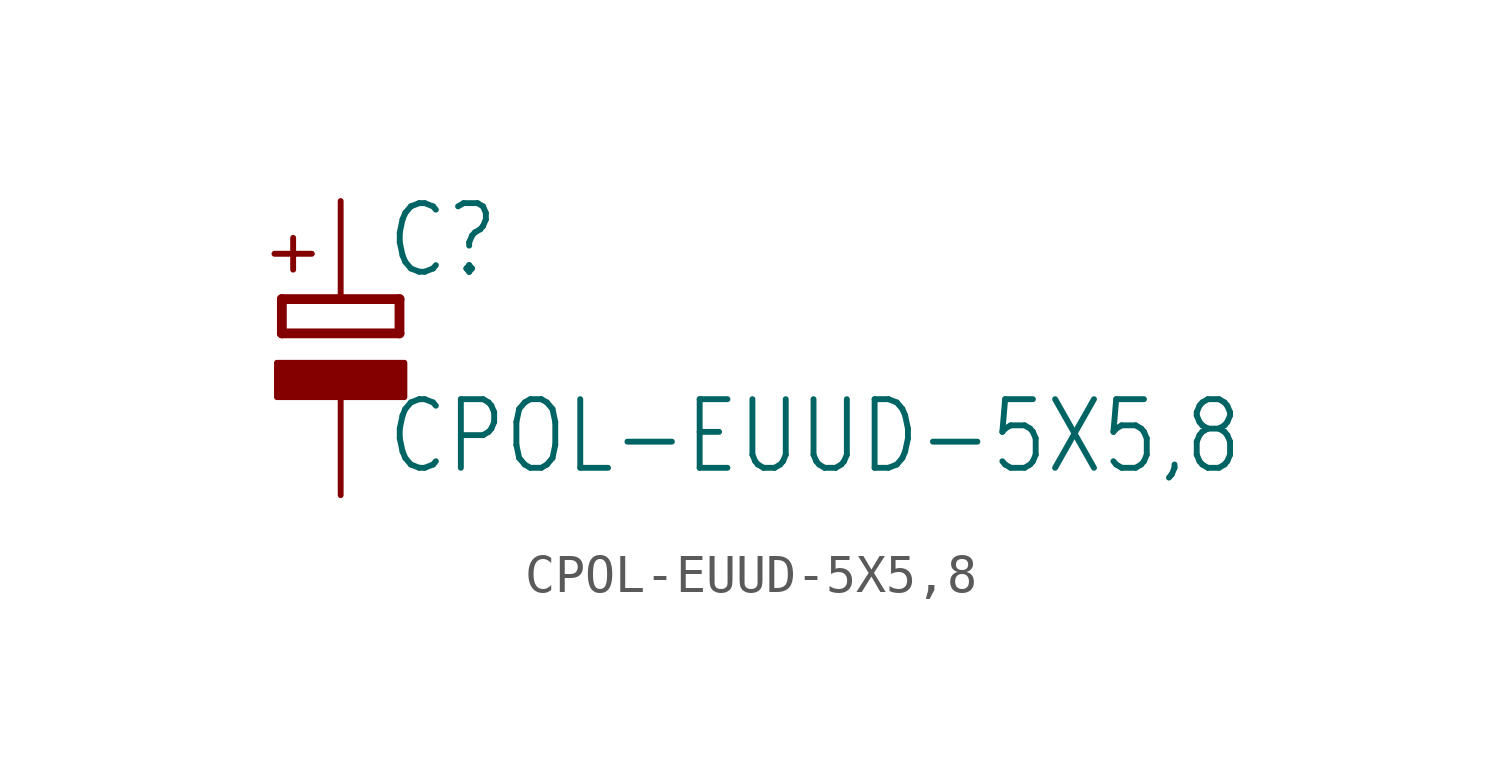
<source format=kicad_sym>
(kicad_symbol_lib
  (version 20211014)
  (generator kicad_symbol_editor)
  (symbol "CPOL-EUUD-5X5,8"
    (property "Reference" "C"
      (at 1.143 0.483 0)
      (effects (font (size 1.778 1.511)) (justify left bottom)))
    (property "Value" "CPOL-EUUD-5X5,8"
      (at 1.143 -4.597 0)
      (effects (font (size 1.778 1.511)) (justify left bottom)))
    (property "ki_locked" ""
      (at 0 0 0)
      (effects (font (size 1.27 1.27))))
    (symbol "CPOL-EUUD-5X5,8_1_0"
      (rectangle (start -1.651 -2.54) (end 1.651 -1.651) (stroke (width 0) (type default) (color 0 0 0 0)) (fill (type outline)))
      (polyline (pts (xy -1.524 -0.889) (xy 1.524 -0.889)) (stroke (width 0.254) (type default) (color 0 0 0 0)) (fill (type none)))
      (polyline (pts (xy -1.524 0) (xy -1.524 -0.889)) (stroke (width 0.254) (type default) (color 0 0 0 0)) (fill (type none)))
      (polyline (pts (xy -1.524 0) (xy 1.524 0)) (stroke (width 0.254) (type default) (color 0 0 0 0)) (fill (type none)))
      (polyline (pts (xy 1.524 -0.889) (xy 1.524 0)) (stroke (width 0.254) (type default) (color 0 0 0 0)) (fill (type none)))
      (text "+" (at -0.584 0.406 900) (effects (font (size 1.27 1.079)) (justify left bottom)))
      (pin passive line (at 0 2.54 270) (length 2.54) (name "+" (effects (font (size 0 0)))) (number "+" (effects (font (size 0 0)))))
      (pin passive line (at 0 -5.08 90) (length 2.54) (name "-" (effects (font (size 0 0)))) (number "-" (effects (font (size 0 0))))))))
</source>
